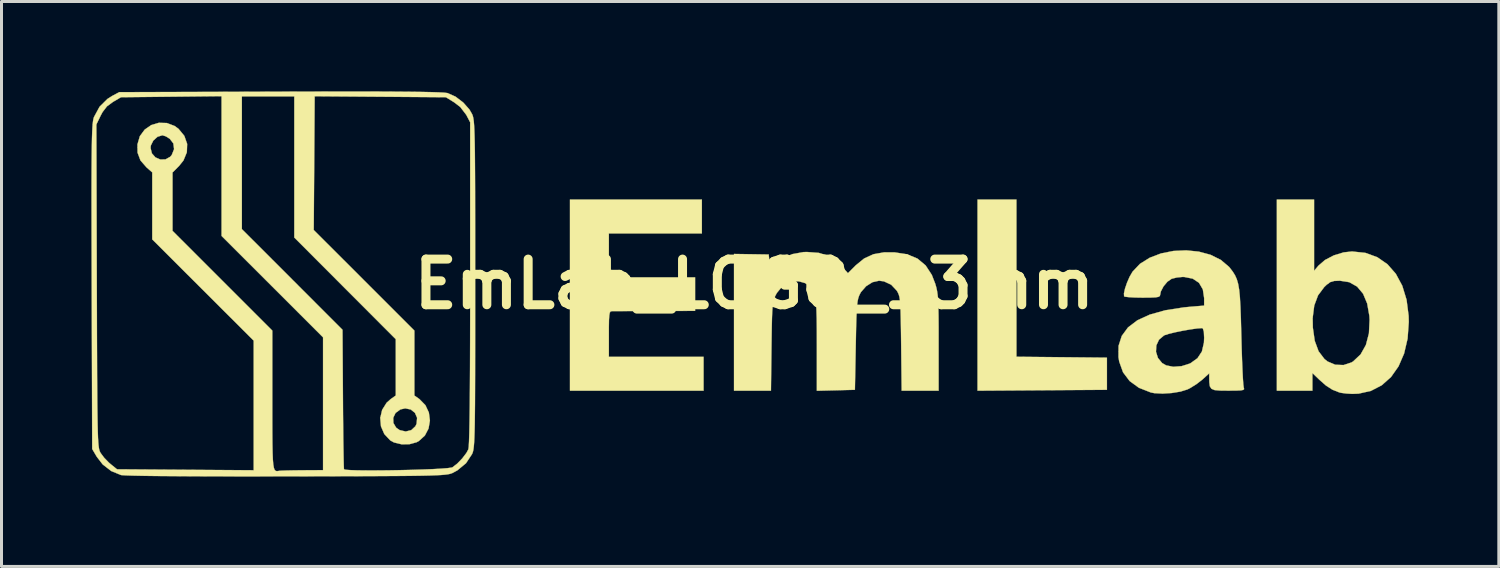
<source format=kicad_pcb>
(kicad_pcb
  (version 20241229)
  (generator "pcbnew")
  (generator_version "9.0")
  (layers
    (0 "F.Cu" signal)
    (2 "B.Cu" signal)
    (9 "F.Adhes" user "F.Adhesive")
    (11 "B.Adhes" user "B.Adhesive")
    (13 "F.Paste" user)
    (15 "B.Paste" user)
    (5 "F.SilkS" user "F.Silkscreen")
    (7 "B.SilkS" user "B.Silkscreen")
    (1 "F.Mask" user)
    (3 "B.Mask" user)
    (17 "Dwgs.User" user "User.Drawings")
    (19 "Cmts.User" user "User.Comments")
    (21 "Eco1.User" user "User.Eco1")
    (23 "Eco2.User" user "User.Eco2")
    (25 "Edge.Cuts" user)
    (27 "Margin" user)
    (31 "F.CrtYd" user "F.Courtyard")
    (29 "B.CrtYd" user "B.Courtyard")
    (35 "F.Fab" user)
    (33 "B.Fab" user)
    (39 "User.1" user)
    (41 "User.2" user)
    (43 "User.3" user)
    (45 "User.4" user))
  (footprint "EmLab_LOGO_13mm"
    (layer "F.Cu")
    (at 22.125 6.432)
    (property "Reference" "EmLab_LOGO_13mm" (at 0 0 0) (layer "F.SilkS") (effects (font (size 1.524 1.524) (thickness 0.3))))
    (attr through_hole)
    (fp_poly (pts (xy 8.749 2.425) (xy 10.259 2.44) (xy 11.769 2.455) (xy 11.769 3.528) (xy 7.451 3.557) (xy 7.451 -2.822) (xy 8.749 -2.822) (xy 8.749 2.425)) (stroke (width 0.01) (type solid)) (fill yes) (layer "F.SilkS"))
    (fp_poly (pts (xy -1.75 -1.693) (xy -4.854 -1.693) (xy -4.854 -0.226) (xy -1.976 -0.226) (xy -1.976 0.893) (xy -3.316 0.898) (xy -3.699 0.899) (xy -4.047 0.9) (xy -4.344 0.901) (xy -4.573 0.902) (xy -4.717 0.902) (xy -4.755 0.903) (xy -4.795 0.912) (xy -4.823 0.953) (xy -4.84 1.043) (xy -4.85 1.198) (xy -4.854 1.436) (xy -4.854 1.665) (xy -4.854 2.427) (xy -1.693 2.427) (xy -1.693 3.556) (xy -6.152 3.556) (xy -6.152 -2.822) (xy -1.75 -2.822) (xy -1.75 -1.693)) (stroke (width 0.01) (type solid)) (fill yes) (layer "F.SilkS"))
    (fp_poly (pts (xy 18.683 -0.443) (xy 18.827 -0.614) (xy 19.048 -0.805) (xy 19.343 -0.959) (xy 19.672 -1.059) (xy 19.951 -1.089) (xy 20.396 -1.042) (xy 20.792 -0.898) (xy 21.132 -0.663) (xy 21.412 -0.343) (xy 21.626 0.054) (xy 21.77 0.524) (xy 21.839 1.06) (xy 21.844 1.265) (xy 21.804 1.82) (xy 21.688 2.316) (xy 21.502 2.745) (xy 21.251 3.101) (xy 20.942 3.376) (xy 20.579 3.564) (xy 20.168 3.656) (xy 19.957 3.664) (xy 19.758 3.652) (xy 19.583 3.629) (xy 19.526 3.615) (xy 19.293 3.523) (xy 19.08 3.386) (xy 18.867 3.199) (xy 18.627 2.968) (xy 18.627 3.556) (xy 17.441 3.556) (xy 17.441 1.127) (xy 18.636 1.127) (xy 18.642 1.454) (xy 18.705 1.894) (xy 18.834 2.243) (xy 19.029 2.5) (xy 19.132 2.582) (xy 19.388 2.691) (xy 19.666 2.702) (xy 19.931 2.615) (xy 19.986 2.581) (xy 20.236 2.346) (xy 20.413 2.031) (xy 20.514 1.644) (xy 20.536 1.195) (xy 20.528 1.06) (xy 20.456 0.649) (xy 20.319 0.322) (xy 20.119 0.083) (xy 19.861 -0.063) (xy 19.546 -0.113) (xy 19.543 -0.113) (xy 19.353 -0.105) (xy 19.223 -0.067) (xy 19.102 0.022) (xy 19.02 0.101) (xy 18.816 0.374) (xy 18.689 0.714) (xy 18.636 1.127) (xy 17.441 1.127) (xy 17.441 -2.822) (xy 18.683 -2.822) (xy 18.683 -0.443)) (stroke (width 0.01) (type solid)) (fill yes) (layer "F.SilkS"))
    (fp_poly (pts (xy 2.152 -1.042) (xy 2.475 -0.943) (xy 2.746 -0.769) (xy 2.889 -0.628) (xy 3.125 -0.364) (xy 3.386 -0.626) (xy 3.667 -0.855) (xy 3.976 -0.997) (xy 4.336 -1.061) (xy 4.678 -1.06) (xy 5.101 -0.995) (xy 5.445 -0.852) (xy 5.718 -0.624) (xy 5.925 -0.307) (xy 6.041 -0.008) (xy 6.074 0.108) (xy 6.1 0.229) (xy 6.12 0.37) (xy 6.134 0.546) (xy 6.143 0.772) (xy 6.149 1.064) (xy 6.152 1.437) (xy 6.152 1.906) (xy 6.152 1.953) (xy 6.152 3.556) (xy 4.919 3.556) (xy 4.901 1.99) (xy 4.895 1.527) (xy 4.889 1.164) (xy 4.882 0.885) (xy 4.872 0.677) (xy 4.859 0.525) (xy 4.841 0.416) (xy 4.816 0.335) (xy 4.785 0.269) (xy 4.754 0.217) (xy 4.57 0.021) (xy 4.327 -0.092) (xy 4.163 -0.113) (xy 3.943 -0.063) (xy 3.731 0.071) (xy 3.563 0.263) (xy 3.539 0.304) (xy 3.501 0.38) (xy 3.472 0.462) (xy 3.449 0.563) (xy 3.431 0.699) (xy 3.418 0.884) (xy 3.407 1.133) (xy 3.398 1.461) (xy 3.39 1.883) (xy 3.387 2.032) (xy 3.358 3.528) (xy 2.723 3.544) (xy 2.088 3.56) (xy 2.088 2.032) (xy 2.087 1.536) (xy 2.083 1.139) (xy 2.073 0.828) (xy 2.056 0.59) (xy 2.03 0.411) (xy 1.993 0.278) (xy 1.943 0.178) (xy 1.88 0.096) (xy 1.816 0.036) (xy 1.685 -0.037) (xy 1.505 -0.088) (xy 1.456 -0.094) (xy 1.182 -0.071) (xy 0.949 0.057) (xy 0.756 0.291) (xy 0.722 0.351) (xy 0.683 0.429) (xy 0.652 0.508) (xy 0.629 0.605) (xy 0.612 0.733) (xy 0.599 0.907) (xy 0.59 1.143) (xy 0.583 1.455) (xy 0.577 1.858) (xy 0.574 2.074) (xy 0.556 3.556) (xy -0.677 3.556) (xy -0.677 -1.006) (xy 0.48 -0.988) (xy 0.536 -0.498) (xy 0.677 -0.651) (xy 0.937 -0.857) (xy 1.267 -1) (xy 1.638 -1.068) (xy 1.754 -1.072) (xy 2.152 -1.042)) (stroke (width 0.01) (type solid)) (fill yes) (layer "F.SilkS"))
    (fp_poly (pts (xy 14.834 -1.084) (xy 15.225 -0.979) (xy 15.569 -0.809) (xy 15.845 -0.575) (xy 15.879 -0.534) (xy 15.971 -0.413) (xy 16.045 -0.294) (xy 16.103 -0.165) (xy 16.148 -0.01) (xy 16.182 0.185) (xy 16.207 0.433) (xy 16.225 0.749) (xy 16.24 1.147) (xy 16.253 1.641) (xy 16.256 1.75) (xy 16.267 2.169) (xy 16.28 2.554) (xy 16.294 2.89) (xy 16.308 3.162) (xy 16.322 3.354) (xy 16.335 3.452) (xy 16.337 3.457) (xy 16.348 3.502) (xy 16.32 3.531) (xy 16.235 3.547) (xy 16.075 3.554) (xy 15.82 3.556) (xy 15.817 3.556) (xy 15.543 3.553) (xy 15.363 3.537) (xy 15.257 3.493) (xy 15.204 3.41) (xy 15.187 3.274) (xy 15.184 3.14) (xy 15.184 2.978) (xy 14.951 3.189) (xy 14.76 3.337) (xy 14.545 3.471) (xy 14.457 3.515) (xy 14.224 3.587) (xy 13.932 3.635) (xy 13.627 3.654) (xy 13.355 3.64) (xy 13.236 3.617) (xy 12.836 3.46) (xy 12.527 3.235) (xy 12.307 2.943) (xy 12.179 2.585) (xy 12.155 2.437) (xy 12.156 2.26) (xy 13.407 2.26) (xy 13.472 2.465) (xy 13.61 2.634) (xy 13.744 2.712) (xy 13.983 2.76) (xy 14.261 2.739) (xy 14.53 2.654) (xy 14.561 2.639) (xy 14.792 2.473) (xy 14.939 2.25) (xy 15.007 1.956) (xy 15.014 1.793) (xy 15.004 1.585) (xy 14.971 1.482) (xy 14.944 1.468) (xy 14.78 1.48) (xy 14.553 1.512) (xy 14.298 1.557) (xy 14.048 1.608) (xy 13.836 1.66) (xy 13.694 1.705) (xy 13.676 1.713) (xy 13.507 1.855) (xy 13.418 2.047) (xy 13.407 2.26) (xy 12.156 2.26) (xy 12.158 2.06) (xy 12.265 1.729) (xy 12.474 1.445) (xy 12.786 1.208) (xy 13.2 1.018) (xy 13.717 0.874) (xy 14.337 0.777) (xy 14.557 0.756) (xy 15.014 0.718) (xy 15.014 0.466) (xy 14.97 0.175) (xy 14.842 -0.043) (xy 14.634 -0.182) (xy 14.351 -0.238) (xy 14.293 -0.239) (xy 14.104 -0.221) (xy 13.934 -0.179) (xy 13.928 -0.177) (xy 13.787 -0.079) (xy 13.656 0.078) (xy 13.567 0.25) (xy 13.547 0.353) (xy 13.535 0.397) (xy 13.488 0.426) (xy 13.386 0.443) (xy 13.208 0.45) (xy 12.957 0.452) (xy 12.712 0.448) (xy 12.511 0.437) (xy 12.38 0.422) (xy 12.343 0.409) (xy 12.337 0.313) (xy 12.373 0.149) (xy 12.44 -0.047) (xy 12.526 -0.244) (xy 12.621 -0.409) (xy 12.624 -0.414) (xy 12.873 -0.677) (xy 13.198 -0.88) (xy 13.576 -1.024) (xy 13.989 -1.106) (xy 14.415 -1.126) (xy 14.834 -1.084)) (stroke (width 0.01) (type solid)) (fill yes) (layer "F.SilkS"))
    (fp_poly (pts (xy -12.542 -6.426) (xy -11.968 -6.423) (xy -11.484 -6.419) (xy -11.085 -6.414) (xy -10.767 -6.407) (xy -10.526 -6.399) (xy -10.357 -6.39) (xy -10.255 -6.378) (xy -10.233 -6.374) (xy -9.971 -6.256) (xy -9.717 -6.063) (xy -9.509 -5.829) (xy -9.42 -5.676) (xy -9.402 -5.633) (xy -9.387 -5.582) (xy -9.374 -5.516) (xy -9.362 -5.427) (xy -9.352 -5.309) (xy -9.344 -5.155) (xy -9.337 -4.958) (xy -9.331 -4.711) (xy -9.326 -4.407) (xy -9.323 -4.039) (xy -9.32 -3.6) (xy -9.318 -3.084) (xy -9.317 -2.484) (xy -9.316 -1.792) (xy -9.316 -1.001) (xy -9.316 -0.106) (xy -9.316 0) (xy -9.316 0.907) (xy -9.316 1.709) (xy -9.317 2.411) (xy -9.318 3.021) (xy -9.32 3.546) (xy -9.322 3.993) (xy -9.326 4.368) (xy -9.33 4.678) (xy -9.336 4.931) (xy -9.343 5.133) (xy -9.351 5.292) (xy -9.361 5.413) (xy -9.372 5.504) (xy -9.385 5.572) (xy -9.4 5.624) (xy -9.418 5.667) (xy -9.42 5.673) (xy -9.623 5.979) (xy -9.912 6.218) (xy -10.075 6.305) (xy -10.119 6.322) (xy -10.172 6.337) (xy -10.242 6.35) (xy -10.337 6.362) (xy -10.462 6.372) (xy -10.626 6.38) (xy -10.835 6.388) (xy -11.096 6.394) (xy -11.416 6.399) (xy -11.801 6.403) (xy -12.26 6.406) (xy -12.799 6.409) (xy -13.425 6.411) (xy -14.145 6.413) (xy -14.966 6.415) (xy -15.607 6.416) (xy -16.507 6.417) (xy -17.343 6.417) (xy -18.111 6.416) (xy -18.804 6.413) (xy -19.418 6.409) (xy -19.948 6.405) (xy -20.387 6.399) (xy -20.731 6.392) (xy -20.975 6.384) (xy -21.114 6.375) (xy -21.138 6.372) (xy -21.463 6.239) (xy -21.748 6.018) (xy -21.946 5.761) (xy -22.098 5.503) (xy -22.114 0.085) (xy -22.116 -0.826) (xy -22.118 -1.631) (xy -22.119 -2.336) (xy -22.12 -2.95) (xy -22.119 -3.478) (xy -22.117 -3.927) (xy -22.114 -4.305) (xy -22.11 -4.617) (xy -22.105 -4.872) (xy -22.098 -5.076) (xy -22.09 -5.235) (xy -22.083 -5.328) (xy -21.959 -5.328) (xy -21.944 0.059) (xy -21.941 0.96) (xy -21.939 1.754) (xy -21.936 2.45) (xy -21.934 3.053) (xy -21.93 3.571) (xy -21.927 4.011) (xy -21.922 4.379) (xy -21.917 4.683) (xy -21.911 4.929) (xy -21.904 5.124) (xy -21.895 5.276) (xy -21.885 5.391) (xy -21.873 5.476) (xy -21.86 5.538) (xy -21.844 5.583) (xy -21.826 5.62) (xy -21.816 5.638) (xy -21.699 5.795) (xy -21.542 5.957) (xy -21.486 6.005) (xy -21.269 6.181) (xy -16.708 6.213) (xy -16.708 1.887) (xy -18.401 0.197) (xy -20.094 -1.493) (xy -20.094 -2.611) (xy -20.094 -3.729) (xy -20.285 -3.896) (xy -20.487 -4.128) (xy -20.584 -4.387) (xy -20.586 -4.548) (xy -20.151 -4.548) (xy -20.105 -4.362) (xy -19.987 -4.229) (xy -19.826 -4.159) (xy -19.653 -4.162) (xy -19.495 -4.249) (xy -19.443 -4.309) (xy -19.365 -4.504) (xy -19.389 -4.694) (xy -19.509 -4.85) (xy -19.641 -4.932) (xy -19.753 -4.967) (xy -19.756 -4.967) (xy -19.919 -4.917) (xy -20.059 -4.79) (xy -20.141 -4.624) (xy -20.151 -4.548) (xy -20.586 -4.548) (xy -20.588 -4.662) (xy -20.507 -4.938) (xy -20.346 -5.156) (xy -20.128 -5.307) (xy -19.874 -5.383) (xy -19.606 -5.376) (xy -19.346 -5.277) (xy -19.218 -5.184) (xy -19.023 -4.947) (xy -18.929 -4.679) (xy -18.939 -4.4) (xy -19.051 -4.128) (xy -19.197 -3.945) (xy -19.417 -3.725) (xy -19.417 -1.777) (xy -17.752 -0.113) (xy -16.087 1.552) (xy -16.087 3.875) (xy -16.087 4.458) (xy -16.086 4.938) (xy -16.083 5.324) (xy -16.077 5.627) (xy -16.068 5.856) (xy -16.054 6.022) (xy -16.034 6.134) (xy -16.008 6.201) (xy -15.974 6.234) (xy -15.932 6.243) (xy -15.881 6.237) (xy -15.861 6.233) (xy -15.774 6.227) (xy -15.599 6.221) (xy -15.362 6.216) (xy -15.088 6.213) (xy -15.085 6.213) (xy -14.393 6.209) (xy -14.393 1.777) (xy -17.78 -1.608) (xy -17.78 -6.265) (xy -17.103 -6.265) (xy -17.103 -1.835) (xy -15.423 -0.155) (xy -13.744 1.525) (xy -13.729 3.824) (xy -13.726 4.324) (xy -13.721 4.789) (xy -13.717 5.208) (xy -13.711 5.567) (xy -13.706 5.854) (xy -13.701 6.059) (xy -13.696 6.167) (xy -13.694 6.181) (xy -13.634 6.197) (xy -13.477 6.208) (xy -13.241 6.216) (xy -12.941 6.219) (xy -12.594 6.219) (xy -12.217 6.216) (xy -11.825 6.209) (xy -11.436 6.2) (xy -11.066 6.188) (xy -10.731 6.175) (xy -10.448 6.159) (xy -10.233 6.142) (xy -10.103 6.124) (xy -10.075 6.115) (xy -9.915 5.992) (xy -9.747 5.818) (xy -9.608 5.635) (xy -9.543 5.514) (xy -9.531 5.431) (xy -9.521 5.247) (xy -9.512 4.961) (xy -9.504 4.571) (xy -9.497 4.075) (xy -9.492 3.474) (xy -9.488 2.764) (xy -9.485 1.946) (xy -9.483 1.017) (xy -9.483 -0.023) (xy -9.483 -5.401) (xy -9.614 -5.65) (xy -9.814 -5.911) (xy -10.019 -6.068) (xy -10.292 -6.237) (xy -14.673 -6.27) (xy -14.688 -4.038) (xy -14.704 -1.805) (xy -13.025 -0.127) (xy -11.345 1.552) (xy -11.345 3.718) (xy -11.175 3.839) (xy -10.977 4.041) (xy -10.861 4.288) (xy -10.827 4.556) (xy -10.872 4.82) (xy -10.995 5.055) (xy -11.195 5.237) (xy -11.27 5.278) (xy -11.509 5.344) (xy -11.777 5.345) (xy -12.025 5.285) (xy -12.15 5.216) (xy -12.349 5.004) (xy -12.46 4.747) (xy -12.484 4.47) (xy -12.482 4.461) (xy -12.051 4.461) (xy -12.045 4.636) (xy -11.953 4.792) (xy -11.837 4.873) (xy -11.634 4.92) (xy -11.449 4.874) (xy -11.311 4.745) (xy -11.272 4.663) (xy -11.254 4.463) (xy -11.326 4.297) (xy -11.465 4.185) (xy -11.649 4.147) (xy -11.812 4.183) (xy -11.973 4.3) (xy -12.051 4.461) (xy -12.482 4.461) (xy -12.421 4.199) (xy -12.272 3.96) (xy -12.136 3.839) (xy -11.966 3.718) (xy -11.966 1.839) (xy -13.66 0.142) (xy -15.353 -1.555) (xy -15.353 -6.265) (xy -17.103 -6.265) (xy -17.78 -6.265) (xy -17.78 -6.273) (xy -19.459 -6.255) (xy -21.138 -6.237) (xy -21.402 -6.082) (xy -21.603 -5.935) (xy -21.75 -5.745) (xy -21.813 -5.628) (xy -21.959 -5.328) (xy -22.083 -5.328) (xy -22.08 -5.357) (xy -22.069 -5.449) (xy -22.056 -5.517) (xy -22.041 -5.568) (xy -22.038 -5.576) (xy -21.853 -5.918) (xy -21.588 -6.181) (xy -21.428 -6.282) (xy -21.195 -6.406) (xy -15.833 -6.423) (xy -14.852 -6.425) (xy -13.98 -6.427) (xy -13.212 -6.427) (xy -12.542 -6.426)) (stroke (width 0.01) (type solid)) (fill yes) (layer "F.SilkS")))
  (gr_rect
    (start -3 -3)
    (end 46.974 15.854)
    (stroke (width 0.1) (type default))
    (fill no)
    (layer "Edge.Cuts")))
</source>
